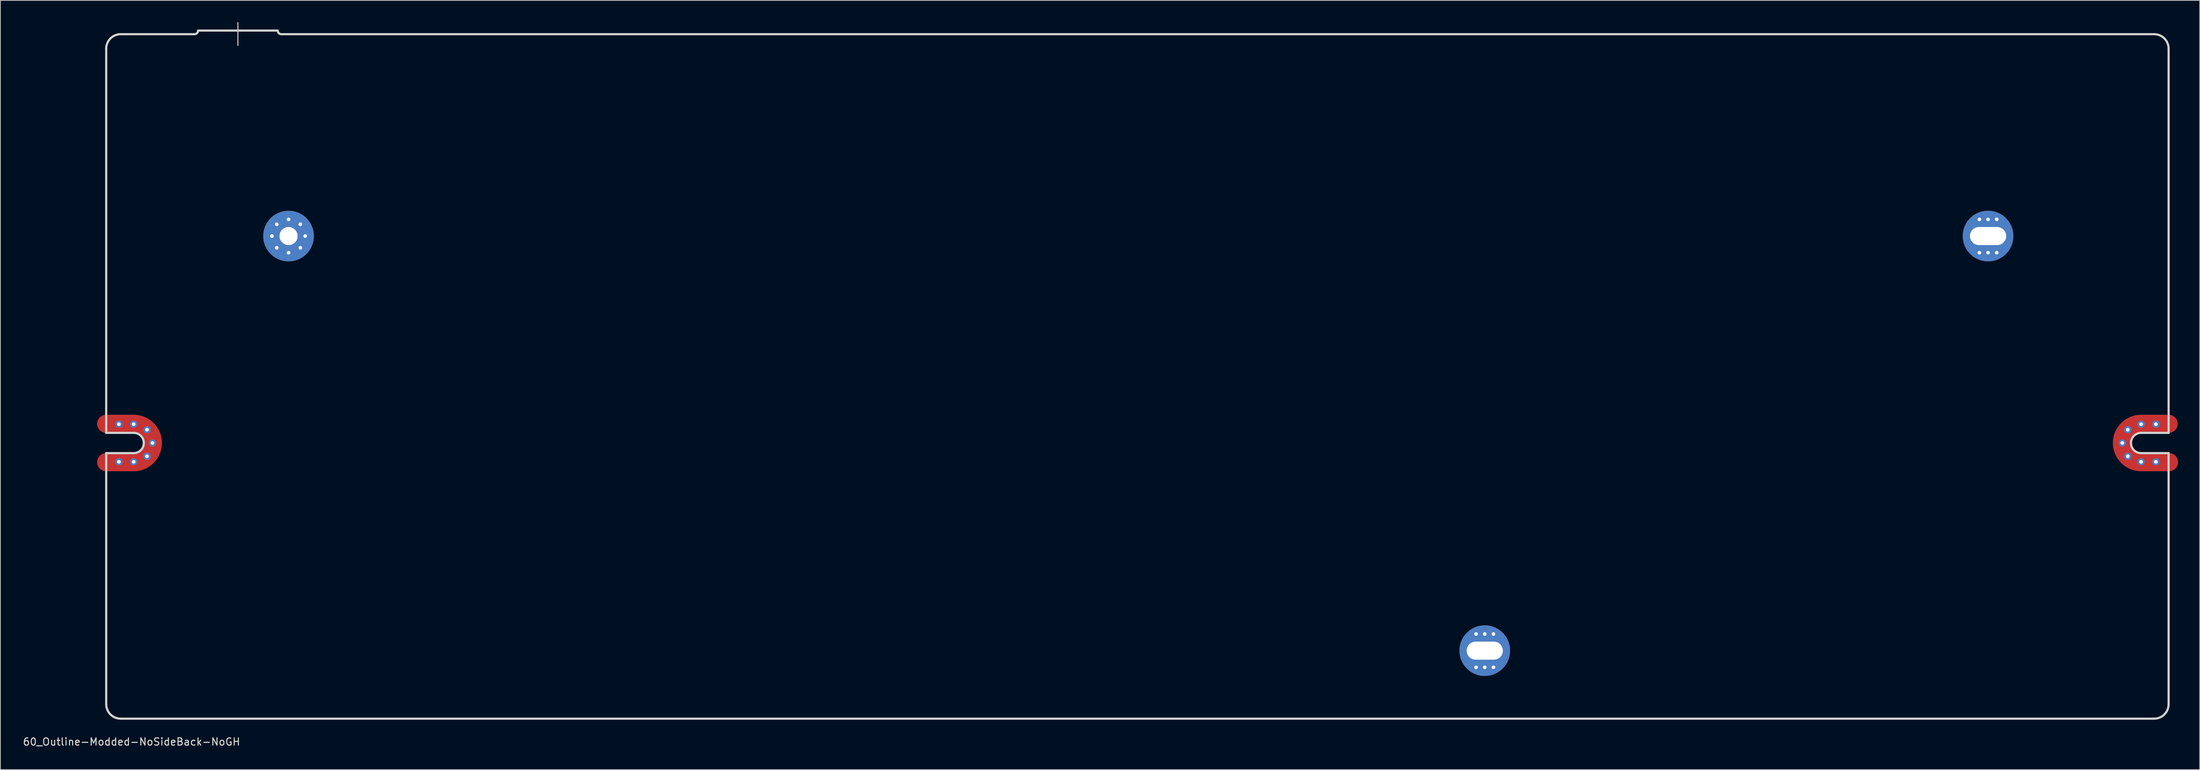
<source format=kicad_pcb>
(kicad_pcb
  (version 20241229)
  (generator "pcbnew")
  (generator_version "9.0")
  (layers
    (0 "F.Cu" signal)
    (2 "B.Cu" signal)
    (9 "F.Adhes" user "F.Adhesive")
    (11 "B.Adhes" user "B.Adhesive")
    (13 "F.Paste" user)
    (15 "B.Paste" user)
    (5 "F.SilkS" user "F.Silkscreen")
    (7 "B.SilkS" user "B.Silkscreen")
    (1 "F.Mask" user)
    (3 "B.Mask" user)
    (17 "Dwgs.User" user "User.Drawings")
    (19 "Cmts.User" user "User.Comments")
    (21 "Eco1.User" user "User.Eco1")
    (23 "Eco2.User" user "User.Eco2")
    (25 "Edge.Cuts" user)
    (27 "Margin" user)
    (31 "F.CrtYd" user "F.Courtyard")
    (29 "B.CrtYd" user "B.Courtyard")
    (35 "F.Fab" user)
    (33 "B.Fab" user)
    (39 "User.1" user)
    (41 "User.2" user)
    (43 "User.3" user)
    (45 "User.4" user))
  (footprint "60_Outline-Modded-NoSideBack-NoGH"
    (layer "F.Cu")
    (at 154.125 48.975)
    (property "Reference" "60_Outline-Modded-NoSideBack-NoGH" (at -139 50.5 0) (layer "Edge.Cuts") (effects (font (size 1 1) (thickness 0.15))))
    (attr through_hole)
    (fp_line (start -142.5 6.549) (end -138.7 6.549) (stroke (width 2.502) (type solid)) (layer "F.Cu"))
    (fp_line (start -142.5 11.851) (end -138.7 11.851) (stroke (width 2.502) (type solid)) (layer "F.Cu"))
    (fp_line (start 138.7 6.549) (end 142.5 6.549) (stroke (width 2.502) (type solid)) (layer "F.Cu"))
    (fp_line (start 138.7 11.851) (end 142.55 11.851) (stroke (width 2.502) (type solid)) (layer "F.Cu"))
    (fp_arc (start -138.7 6.54905) (mid -136.825495 7.325495) (end -136.04905 9.2) (stroke (width 2.5019) (type solid)) (layer "F.Cu"))
    (fp_arc (start -136.04905 9.2) (mid -136.825495 11.074505) (end -138.7 11.85095) (stroke (width 2.5019) (type solid)) (layer "F.Cu"))
    (fp_arc (start 136.04905 9.2) (mid 136.825495 7.325495) (end 138.7 6.54905) (stroke (width 2.5019) (type solid)) (layer "F.Cu"))
    (fp_arc (start 138.7 11.85095) (mid 136.825495 11.074505) (end 136.04905 9.2) (stroke (width 2.5019) (type solid)) (layer "F.Cu"))
    (fp_line (start -142.5 6.549) (end -138.7 6.549) (stroke (width 2.502) (type solid)) (layer "F.Mask"))
    (fp_line (start -142.5 11.851) (end -138.7 11.851) (stroke (width 2.502) (type solid)) (layer "F.Mask"))
    (fp_line (start 138.7 6.549) (end 142.5 6.549) (stroke (width 2.502) (type solid)) (layer "F.Mask"))
    (fp_line (start 138.7 11.851) (end 142.55 11.851) (stroke (width 2.502) (type solid)) (layer "F.Mask"))
    (fp_arc (start -138.7 6.54905) (mid -136.825495 7.325495) (end -136.04905 9.2) (stroke (width 2.5019) (type solid)) (layer "F.Mask"))
    (fp_arc (start -136.04905 9.2) (mid -136.825495 11.074505) (end -138.7 11.85095) (stroke (width 2.5019) (type solid)) (layer "F.Mask"))
    (fp_arc (start 136.04905 9.2) (mid 136.825495 7.325495) (end 138.7 6.54905) (stroke (width 2.5019) (type solid)) (layer "F.Mask"))
    (fp_arc (start 138.7 11.85095) (mid 136.825495 11.074505) (end 136.04905 9.2) (stroke (width 2.5019) (type solid)) (layer "F.Mask"))
    (fp_line (start -124.3 -48.9) (end -124.3 -45.75) (stroke (width 0.15) (type solid)) (layer "Dwgs.User"))
    (fp_line (start -142.5 7.8) (end -142.5 -45.3) (stroke (width 0.3) (type solid)) (layer "Edge.Cuts"))
    (fp_line (start -142.5 10.6) (end -138.7 10.6) (stroke (width 0.3) (type solid)) (layer "Edge.Cuts"))
    (fp_line (start -142.5 45.3) (end -142.5 10.6) (stroke (width 0.3) (type solid)) (layer "Edge.Cuts"))
    (fp_line (start -140.5 -47.3) (end -130.3 -47.3) (stroke (width 0.3) (type solid)) (layer "Edge.Cuts"))
    (fp_line (start -140.5 47.3) (end 140.5 47.3) (stroke (width 0.3) (type solid)) (layer "Edge.Cuts"))
    (fp_line (start -138.7 7.8) (end -142.5 7.8) (stroke (width 0.3) (type solid)) (layer "Edge.Cuts"))
    (fp_line (start -129.8 -47.8) (end -118.8 -47.8) (stroke (width 0.3) (type solid)) (layer "Edge.Cuts"))
    (fp_line (start 138.7 7.8) (end 142.5 7.8) (stroke (width 0.3) (type solid)) (layer "Edge.Cuts"))
    (fp_line (start 138.7 10.6) (end 142.5 10.6) (stroke (width 0.3) (type solid)) (layer "Edge.Cuts"))
    (fp_line (start 140.5 -47.3) (end -118.3 -47.3) (stroke (width 0.3) (type solid)) (layer "Edge.Cuts"))
    (fp_line (start 142.5 7.8) (end 142.5 -45.3) (stroke (width 0.3) (type solid)) (layer "Edge.Cuts"))
    (fp_line (start 142.5 10.6) (end 142.5 45.3) (stroke (width 0.3) (type solid)) (layer "Edge.Cuts"))
    (fp_arc (start -142.5 -45.3) (mid -141.914214 -46.714214) (end -140.5 -47.3) (stroke (width 0.3) (type solid)) (layer "Edge.Cuts"))
    (fp_arc (start -140.5 47.3) (mid -141.914214 46.714214) (end -142.5 45.3) (stroke (width 0.3) (type solid)) (layer "Edge.Cuts"))
    (fp_arc (start -138.7 7.8) (mid -137.710051 8.210051) (end -137.3 9.2) (stroke (width 0.3) (type solid)) (layer "Edge.Cuts"))
    (fp_arc (start -137.3 9.2) (mid -137.710051 10.189949) (end -138.7 10.6) (stroke (width 0.3) (type solid)) (layer "Edge.Cuts"))
    (fp_arc (start -129.8 -47.8) (mid -129.946447 -47.446447) (end -130.3 -47.3) (stroke (width 0.3) (type solid)) (layer "Edge.Cuts"))
    (fp_arc (start -118.3 -47.3) (mid -118.653553 -47.446447) (end -118.8 -47.8) (stroke (width 0.3) (type solid)) (layer "Edge.Cuts"))
    (fp_arc (start 137.3 9.2) (mid 137.710051 8.210051) (end 138.7 7.8) (stroke (width 0.3) (type solid)) (layer "Edge.Cuts"))
    (fp_arc (start 138.7 10.6) (mid 137.710051 10.189949) (end 137.3 9.2) (stroke (width 0.3) (type solid)) (layer "Edge.Cuts"))
    (fp_arc (start 140.5 -47.3) (mid 141.914214 -46.714214) (end 142.5 -45.3) (stroke (width 0.3) (type solid)) (layer "Edge.Cuts"))
    (fp_arc (start 142.5 45.3) (mid 141.914214 46.714214) (end 140.5 47.3) (stroke (width 0.3) (type solid)) (layer "Edge.Cuts"))
    (pad "1" thru_hole circle (at -140.742 6.6) (size 1 1) (drill 0.5) (layers "*.Cu" "*.Mask"))
    (pad "1" thru_hole circle (at -140.742 11.8) (size 1 1) (drill 0.5) (layers "*.Cu" "*.Mask"))
    (pad "1" thru_hole circle (at -138.7 6.6) (size 1 1) (drill 0.5) (layers "*.Cu" "*.Mask"))
    (pad "1" thru_hole circle (at -138.7 11.8) (size 1 1) (drill 0.5) (layers "*.Cu" "*.Mask"))
    (pad "1" thru_hole circle (at -136.862 7.362) (size 1 1) (drill 0.5) (layers "*.Cu" "*.Mask"))
    (pad "1" thru_hole circle (at -136.862 11.038) (size 1 1) (drill 0.5) (layers "*.Cu" "*.Mask"))
    (pad "1" thru_hole circle (at -136.1 9.2) (size 1 1) (drill 0.5) (layers "*.Cu" "*.Mask"))
    (pad "1" thru_hole circle (at -119.6 -19.4) (size 1 1) (drill 0.5) (layers "*.Cu" "*.Mask"))
    (pad "1" thru_hole circle (at -118.926 -21.026) (size 1 1) (drill 0.5) (layers "*.Cu" "*.Mask"))
    (pad "1" thru_hole circle (at -118.926 -17.774) (size 1 1) (drill 0.5) (layers "*.Cu" "*.Mask"))
    (pad "1" thru_hole circle (at -117.3 -21.7) (size 1 1) (drill 0.5) (layers "*.Cu" "*.Mask"))
    (pad "1" thru_hole circle (at -117.3 -19.4) (size 7.001 7.001) (drill 2.499) (layers "F.Cu" "F.Mask"))
    (pad "1" thru_hole circle (at -117.3 -17.1) (size 1 1) (drill 0.5) (layers "*.Cu" "*.Mask"))
    (pad "1" thru_hole circle (at -115.674 -21.026) (size 1 1) (drill 0.5) (layers "*.Cu" "*.Mask"))
    (pad "1" thru_hole circle (at -115.674 -17.774) (size 1 1) (drill 0.5) (layers "*.Cu" "*.Mask"))
    (pad "1" thru_hole circle (at -115 -19.4) (size 1 1) (drill 0.5) (layers "*.Cu" "*.Mask"))
    (pad "1" thru_hole circle (at 46.8 35.6) (size 1 1) (drill 0.5) (layers "*.Cu" "*.Mask"))
    (pad "1" thru_hole circle (at 46.8 40.2) (size 1 1) (drill 0.5) (layers "*.Cu" "*.Mask"))
    (pad "1" thru_hole circle (at 48 35.6) (size 1 1) (drill 0.5) (layers "*.Cu" "*.Mask"))
    (pad "1" thru_hole circle (at 48 37.9) (size 7 7) (drill oval 5.001 2.499) (layers "F.Cu" "F.Mask"))
    (pad "1" thru_hole circle (at 48 40.2) (size 1 1) (drill 0.5) (layers "*.Cu" "*.Mask"))
    (pad "1" thru_hole circle (at 49.2 35.6) (size 1 1) (drill 0.5) (layers "*.Cu" "*.Mask"))
    (pad "1" thru_hole circle (at 49.2 40.2) (size 1 1) (drill 0.5) (layers "*.Cu" "*.Mask"))
    (pad "1" thru_hole circle (at 116.35 -21.7) (size 1 1) (drill 0.5) (layers "*.Cu" "*.Mask"))
    (pad "1" thru_hole circle (at 116.35 -17.1) (size 1 1) (drill 0.5) (layers "*.Cu" "*.Mask"))
    (pad "1" thru_hole circle (at 117.55 -21.7) (size 1 1) (drill 0.5) (layers "*.Cu" "*.Mask"))
    (pad "1" thru_hole circle (at 117.55 -19.4) (size 7 7) (drill oval 5.001 2.499) (layers "F.Cu" "F.Mask"))
    (pad "1" thru_hole circle (at 117.55 -17.1) (size 1 1) (drill 0.5) (layers "*.Cu" "*.Mask"))
    (pad "1" thru_hole circle (at 118.75 -21.717) (size 1 1) (drill 0.5) (layers "*.Cu" "*.Mask"))
    (pad "1" thru_hole circle (at 118.75 -17.1) (size 1 1) (drill 0.5) (layers "*.Cu" "*.Mask"))
    (pad "1" thru_hole circle (at 136.1 9.2) (size 1 1) (drill 0.5) (layers "*.Cu" "*.Mask"))
    (pad "1" thru_hole circle (at 136.862 7.362) (size 1 1) (drill 0.5) (layers "*.Cu" "*.Mask"))
    (pad "1" thru_hole circle (at 136.862 11.038) (size 1 1) (drill 0.5) (layers "*.Cu" "*.Mask"))
    (pad "1" thru_hole circle (at 138.7 6.6) (size 1 1) (drill 0.5) (layers "*.Cu" "*.Mask"))
    (pad "1" thru_hole circle (at 138.7 11.8) (size 1 1) (drill 0.5) (layers "*.Cu" "*.Mask"))
    (pad "1" thru_hole circle (at 140.742 6.6) (size 1 1) (drill 0.5) (layers "*.Cu" "*.Mask"))
    (pad "1" thru_hole circle (at 140.742 11.8) (size 1 1) (drill 0.5) (layers "*.Cu" "*.Mask")))
  (gr_rect
    (start -3 -3)
    (end 300.926 103.323)
    (stroke (width 0.1) (type default))
    (fill no)
    (layer "Edge.Cuts")))
</source>
